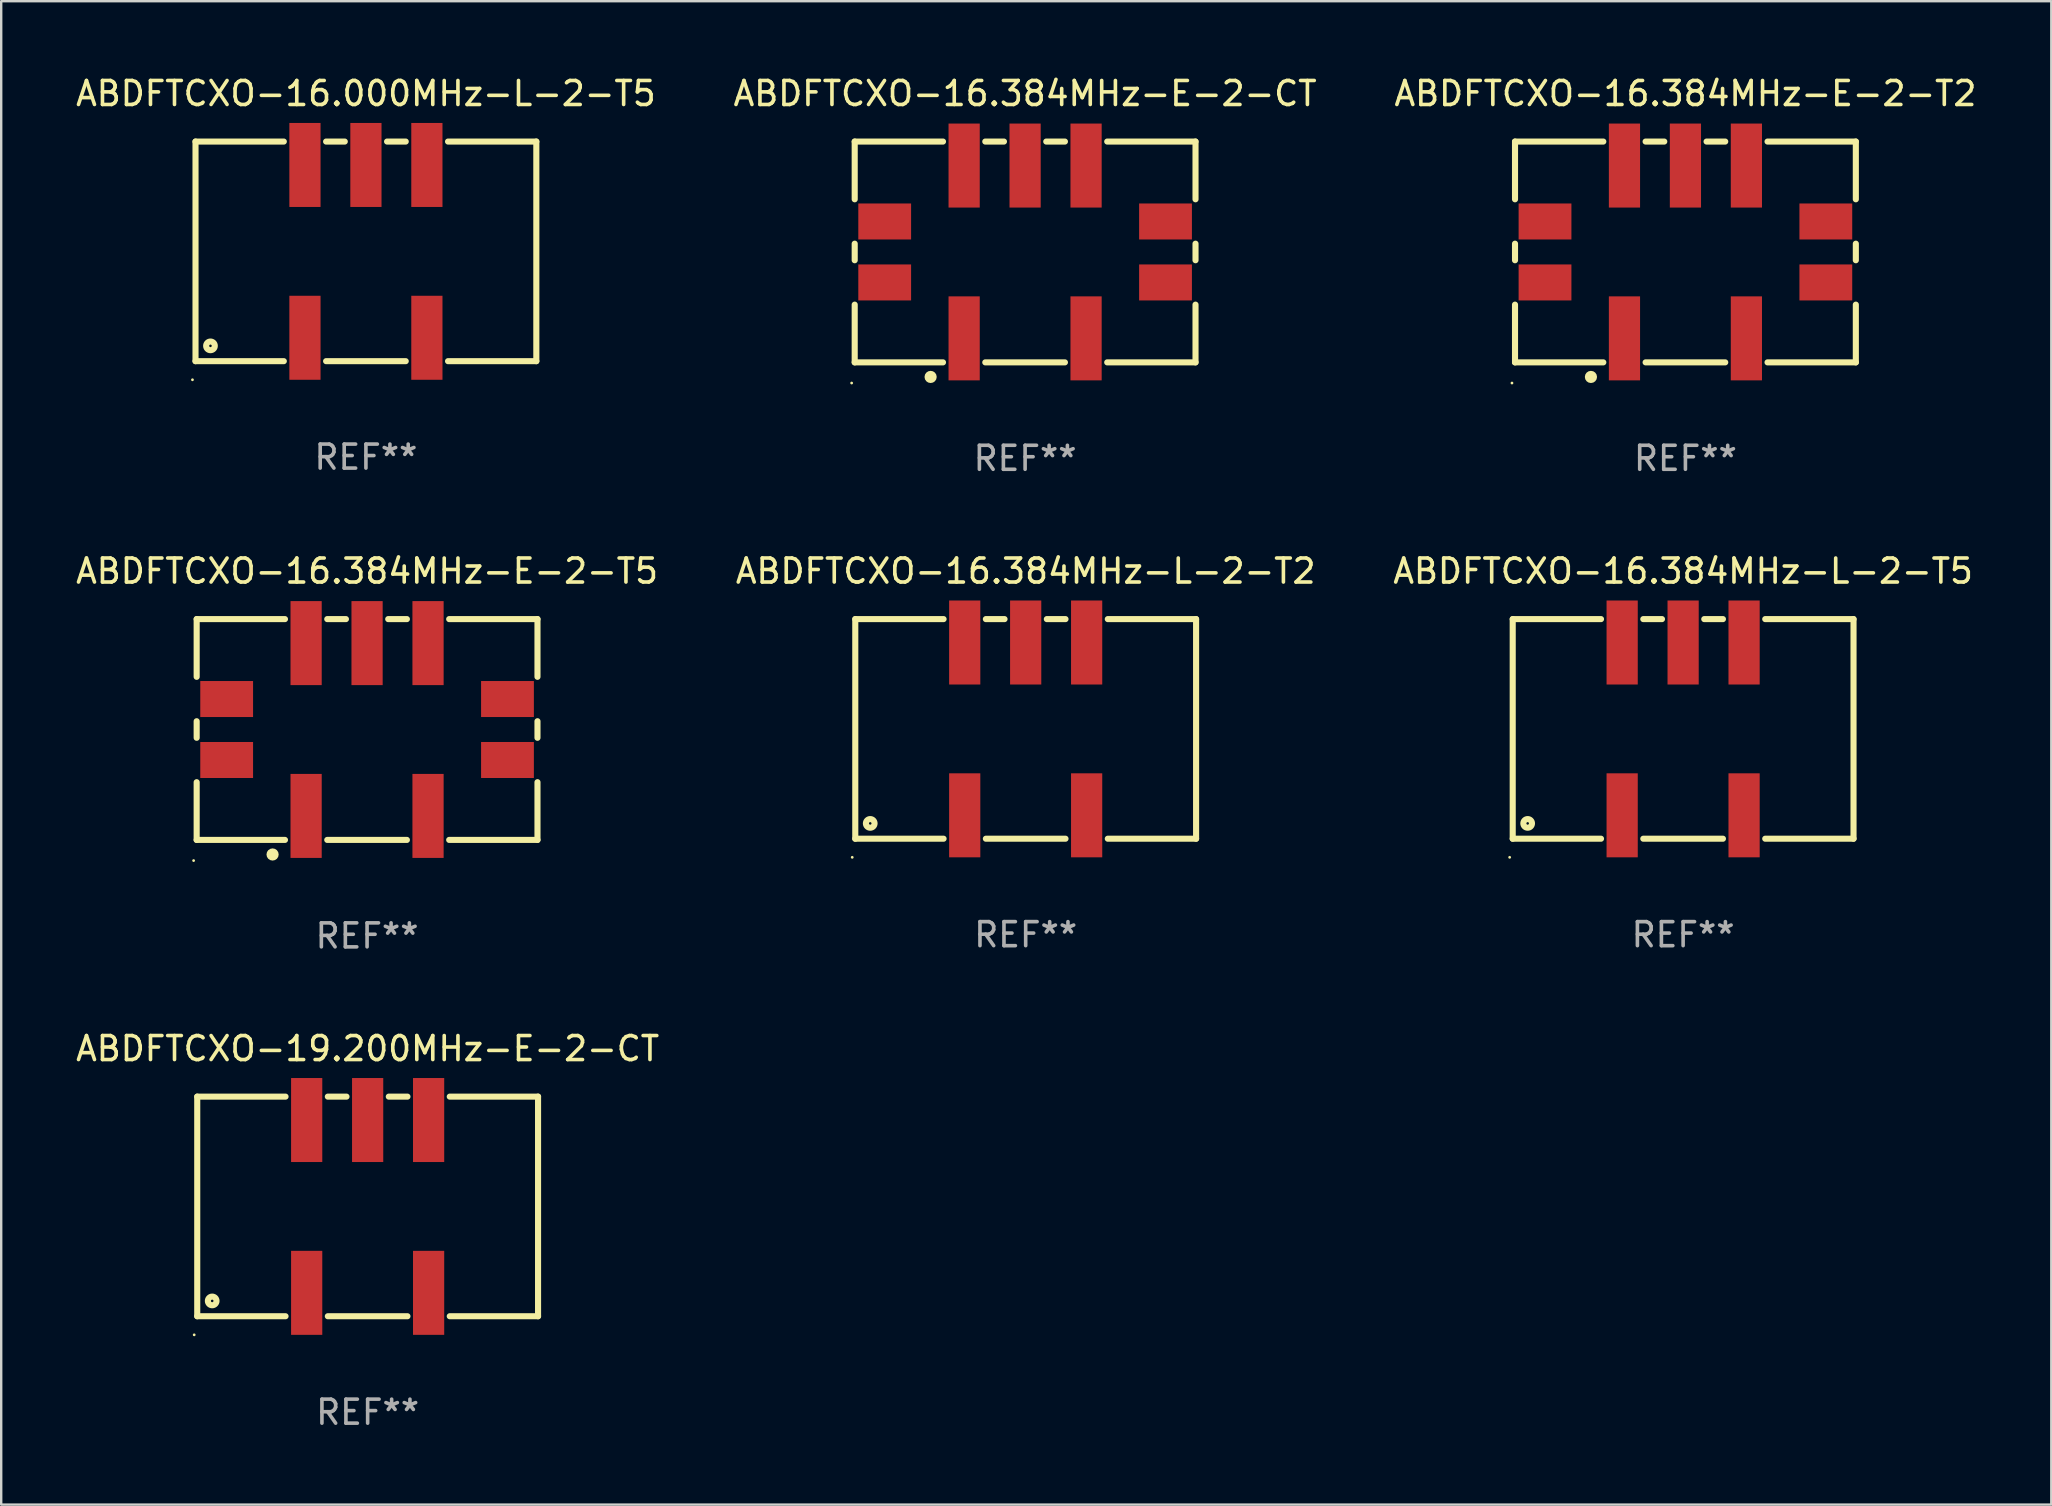
<source format=kicad_pcb>
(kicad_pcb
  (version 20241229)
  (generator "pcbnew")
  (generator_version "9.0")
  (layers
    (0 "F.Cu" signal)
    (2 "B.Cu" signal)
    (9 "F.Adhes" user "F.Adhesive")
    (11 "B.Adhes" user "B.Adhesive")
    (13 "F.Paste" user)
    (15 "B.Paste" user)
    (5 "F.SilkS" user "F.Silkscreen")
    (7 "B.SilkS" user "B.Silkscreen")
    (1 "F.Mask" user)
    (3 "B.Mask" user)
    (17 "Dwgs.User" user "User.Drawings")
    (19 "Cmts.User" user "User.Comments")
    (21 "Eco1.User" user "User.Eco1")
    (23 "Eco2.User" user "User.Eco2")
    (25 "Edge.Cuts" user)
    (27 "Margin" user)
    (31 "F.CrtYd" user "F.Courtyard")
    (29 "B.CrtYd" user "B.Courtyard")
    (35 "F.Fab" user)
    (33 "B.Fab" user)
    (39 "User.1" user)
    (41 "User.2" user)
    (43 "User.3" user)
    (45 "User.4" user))
  (footprint "ABDFTCXO-16.000MHz-L-2-T5"
    (layer "F.Cu")
    (at 12.196 7.423)
    (property "Reference" "ABDFTCXO-16.000MHz-L-2-T5" (at 0 -6.575 0) (layer "F.SilkS") (effects (font (size 1 1) (thickness 0.15))))
    (attr through_hole)
    (fp_line (start -7.1 -4.575) (end -7.1 4.575) (stroke (width 0.254) (type solid)) (layer "F.SilkS"))
    (fp_line (start -7.1 -4.575) (end -3.421 -4.575) (stroke (width 0.254) (type solid)) (layer "F.SilkS"))
    (fp_line (start -7.1 4.575) (end -3.421 4.575) (stroke (width 0.254) (type solid)) (layer "F.SilkS"))
    (fp_line (start -1.659 -4.575) (end -0.881 -4.575) (stroke (width 0.254) (type solid)) (layer "F.SilkS"))
    (fp_line (start -1.659 4.575) (end 1.659 4.575) (stroke (width 0.254) (type solid)) (layer "F.SilkS"))
    (fp_line (start 0.881 -4.575) (end 1.659 -4.575) (stroke (width 0.254) (type solid)) (layer "F.SilkS"))
    (fp_line (start 3.421 -4.575) (end 7.1 -4.575) (stroke (width 0.254) (type solid)) (layer "F.SilkS"))
    (fp_line (start 3.421 4.575) (end 7.1 4.575) (stroke (width 0.254) (type solid)) (layer "F.SilkS"))
    (fp_line (start 7.1 -4.575) (end 7.1 4.575) (stroke (width 0.254) (type solid)) (layer "F.SilkS"))
    (fp_circle (center -7.227 5.35) (end -7.197 5.35) (stroke (width 0.06) (type solid)) (fill no) (layer "F.SilkS"))
    (fp_circle (center -6.477 3.937) (end -6.297 3.937) (stroke (width 0.254) (type solid)) (fill no) (layer "F.SilkS"))
    (fp_text user "REF**" (at 0 8.575 0) (layer "F.Fab") (effects (font (size 1 1) (thickness 0.15))))
    (pad "1" smd rect (at -2.54 3.6) (size 1.3 3.5) (layers "F.Cu" "F.Mask" "F.Paste"))
    (pad "2" smd rect (at 2.54 3.6) (size 1.3 3.5) (layers "F.Cu" "F.Mask" "F.Paste"))
    (pad "3" smd rect (at 2.54 -3.6) (size 1.3 3.5) (layers "F.Cu" "F.Mask" "F.Paste"))
    (pad "4" smd rect (at 0 -3.6) (size 1.3 3.5) (layers "F.Cu" "F.Mask" "F.Paste"))
    (pad "5" smd rect (at -2.54 -3.6) (size 1.3 3.5) (layers "F.Cu" "F.Mask" "F.Paste")))
  (footprint "ABDFTCXO-16.384MHz-E-2-T2"
    (layer "F.Cu")
    (at 67.173 7.448)
    (property "Reference" "ABDFTCXO-16.384MHz-E-2-T2" (at 0 -6.6 0) (layer "F.SilkS") (effects (font (size 1 1) (thickness 0.15))))
    (attr through_hole)
    (fp_line (start -7.1 -4.6) (end -7.1 -2.195) (stroke (width 0.254) (type solid)) (layer "F.SilkS"))
    (fp_line (start -7.1 -4.6) (end -3.421 -4.6) (stroke (width 0.254) (type solid)) (layer "F.SilkS"))
    (fp_line (start -7.1 -0.345) (end -7.1 0.345) (stroke (width 0.254) (type solid)) (layer "F.SilkS"))
    (fp_line (start -7.1 2.195) (end -7.1 4.6) (stroke (width 0.254) (type solid)) (layer "F.SilkS"))
    (fp_line (start -7.1 4.6) (end -3.421 4.6) (stroke (width 0.254) (type solid)) (layer "F.SilkS"))
    (fp_line (start -1.659 -4.6) (end -0.881 -4.6) (stroke (width 0.254) (type solid)) (layer "F.SilkS"))
    (fp_line (start -1.659 4.6) (end 1.659 4.6) (stroke (width 0.254) (type solid)) (layer "F.SilkS"))
    (fp_line (start 0.881 -4.6) (end 1.659 -4.6) (stroke (width 0.254) (type solid)) (layer "F.SilkS"))
    (fp_line (start 3.421 -4.6) (end 7.1 -4.6) (stroke (width 0.254) (type solid)) (layer "F.SilkS"))
    (fp_line (start 3.421 4.6) (end 7.1 4.6) (stroke (width 0.254) (type solid)) (layer "F.SilkS"))
    (fp_line (start 7.1 -4.6) (end 7.1 -2.195) (stroke (width 0.254) (type solid)) (layer "F.SilkS"))
    (fp_line (start 7.1 -0.345) (end 7.1 0.345) (stroke (width 0.254) (type solid)) (layer "F.SilkS"))
    (fp_line (start 7.1 2.195) (end 7.1 4.6) (stroke (width 0.254) (type solid)) (layer "F.SilkS"))
    (fp_circle (center -7.227 5.461) (end -7.197 5.461) (stroke (width 0.06) (type solid)) (fill no) (layer "F.SilkS"))
    (fp_circle (center -3.937 5.207) (end -3.81 5.207) (stroke (width 0.254) (type solid)) (fill no) (layer "F.SilkS"))
    (fp_text user "REF**" (at 0 8.6 0) (layer "F.Fab") (effects (font (size 1 1) (thickness 0.15))))
    (pad "1" smd rect (at -2.54 3.6) (size 1.3 3.5) (layers "F.Cu" "F.Mask" "F.Paste"))
    (pad "2" smd rect (at 2.54 3.6) (size 1.3 3.5) (layers "F.Cu" "F.Mask" "F.Paste"))
    (pad "3" smd rect (at 2.54 -3.6) (size 1.3 3.5) (layers "F.Cu" "F.Mask" "F.Paste"))
    (pad "4" smd rect (at 0 -3.6) (size 1.3 3.5) (layers "F.Cu" "F.Mask" "F.Paste"))
    (pad "5" smd rect (at -2.54 -3.6) (size 1.3 3.5) (layers "F.Cu" "F.Mask" "F.Paste"))
    (pad "6" smd rect (at 5.85 1.27 90) (size 1.5 2.2) (layers "F.Cu" "F.Mask" "F.Paste"))
    (pad "7" smd rect (at 5.85 -1.27 90) (size 1.5 2.2) (layers "F.Cu" "F.Mask" "F.Paste"))
    (pad "8" smd rect (at -5.85 -1.27 90) (size 1.5 2.2) (layers "F.Cu" "F.Mask" "F.Paste"))
    (pad "9" smd rect (at -5.85 1.27 90) (size 1.5 2.2) (layers "F.Cu" "F.Mask" "F.Paste")))
  (footprint "ABDFTCXO-16.384MHz-E-2-CT"
    (layer "F.Cu")
    (at 39.661 7.448)
    (property "Reference" "ABDFTCXO-16.384MHz-E-2-CT" (at 0 -6.6 0) (layer "F.SilkS") (effects (font (size 1 1) (thickness 0.15))))
    (attr through_hole)
    (fp_line (start -7.1 -4.6) (end -7.1 -2.195) (stroke (width 0.254) (type solid)) (layer "F.SilkS"))
    (fp_line (start -7.1 -4.6) (end -3.421 -4.6) (stroke (width 0.254) (type solid)) (layer "F.SilkS"))
    (fp_line (start -7.1 -0.345) (end -7.1 0.345) (stroke (width 0.254) (type solid)) (layer "F.SilkS"))
    (fp_line (start -7.1 2.195) (end -7.1 4.6) (stroke (width 0.254) (type solid)) (layer "F.SilkS"))
    (fp_line (start -7.1 4.6) (end -3.421 4.6) (stroke (width 0.254) (type solid)) (layer "F.SilkS"))
    (fp_line (start -1.659 -4.6) (end -0.881 -4.6) (stroke (width 0.254) (type solid)) (layer "F.SilkS"))
    (fp_line (start -1.659 4.6) (end 1.659 4.6) (stroke (width 0.254) (type solid)) (layer "F.SilkS"))
    (fp_line (start 0.881 -4.6) (end 1.659 -4.6) (stroke (width 0.254) (type solid)) (layer "F.SilkS"))
    (fp_line (start 3.421 -4.6) (end 7.1 -4.6) (stroke (width 0.254) (type solid)) (layer "F.SilkS"))
    (fp_line (start 3.421 4.6) (end 7.1 4.6) (stroke (width 0.254) (type solid)) (layer "F.SilkS"))
    (fp_line (start 7.1 -4.6) (end 7.1 -2.195) (stroke (width 0.254) (type solid)) (layer "F.SilkS"))
    (fp_line (start 7.1 -0.345) (end 7.1 0.345) (stroke (width 0.254) (type solid)) (layer "F.SilkS"))
    (fp_line (start 7.1 2.195) (end 7.1 4.6) (stroke (width 0.254) (type solid)) (layer "F.SilkS"))
    (fp_circle (center -7.227 5.461) (end -7.197 5.461) (stroke (width 0.06) (type solid)) (fill no) (layer "F.SilkS"))
    (fp_circle (center -3.937 5.207) (end -3.81 5.207) (stroke (width 0.254) (type solid)) (fill no) (layer "F.SilkS"))
    (fp_text user "REF**" (at 0 8.6 0) (layer "F.Fab") (effects (font (size 1 1) (thickness 0.15))))
    (pad "1" smd rect (at -2.54 3.6) (size 1.3 3.5) (layers "F.Cu" "F.Mask" "F.Paste"))
    (pad "2" smd rect (at 2.54 3.6) (size 1.3 3.5) (layers "F.Cu" "F.Mask" "F.Paste"))
    (pad "3" smd rect (at 2.54 -3.6) (size 1.3 3.5) (layers "F.Cu" "F.Mask" "F.Paste"))
    (pad "4" smd rect (at 0 -3.6) (size 1.3 3.5) (layers "F.Cu" "F.Mask" "F.Paste"))
    (pad "5" smd rect (at -2.54 -3.6) (size 1.3 3.5) (layers "F.Cu" "F.Mask" "F.Paste"))
    (pad "6" smd rect (at 5.85 1.27 90) (size 1.5 2.2) (layers "F.Cu" "F.Mask" "F.Paste"))
    (pad "7" smd rect (at 5.85 -1.27 90) (size 1.5 2.2) (layers "F.Cu" "F.Mask" "F.Paste"))
    (pad "8" smd rect (at -5.85 -1.27 90) (size 1.5 2.2) (layers "F.Cu" "F.Mask" "F.Paste"))
    (pad "9" smd rect (at -5.85 1.27 90) (size 1.5 2.2) (layers "F.Cu" "F.Mask" "F.Paste")))
  (footprint "ABDFTCXO-19.200MHz-E-2-CT"
    (layer "F.Cu")
    (at 12.268 47.216)
    (property "Reference" "ABDFTCXO-19.200MHz-E-2-CT" (at 0 -6.575 0) (layer "F.SilkS") (effects (font (size 1 1) (thickness 0.15))))
    (attr through_hole)
    (fp_line (start -7.1 -4.575) (end -7.1 4.575) (stroke (width 0.254) (type solid)) (layer "F.SilkS"))
    (fp_line (start -7.1 -4.575) (end -3.421 -4.575) (stroke (width 0.254) (type solid)) (layer "F.SilkS"))
    (fp_line (start -7.1 4.575) (end -3.421 4.575) (stroke (width 0.254) (type solid)) (layer "F.SilkS"))
    (fp_line (start -1.659 -4.575) (end -0.881 -4.575) (stroke (width 0.254) (type solid)) (layer "F.SilkS"))
    (fp_line (start -1.659 4.575) (end 1.659 4.575) (stroke (width 0.254) (type solid)) (layer "F.SilkS"))
    (fp_line (start 0.881 -4.575) (end 1.659 -4.575) (stroke (width 0.254) (type solid)) (layer "F.SilkS"))
    (fp_line (start 3.421 -4.575) (end 7.1 -4.575) (stroke (width 0.254) (type solid)) (layer "F.SilkS"))
    (fp_line (start 3.421 4.575) (end 7.1 4.575) (stroke (width 0.254) (type solid)) (layer "F.SilkS"))
    (fp_line (start 7.1 -4.575) (end 7.1 4.575) (stroke (width 0.254) (type solid)) (layer "F.SilkS"))
    (fp_circle (center -7.227 5.35) (end -7.197 5.35) (stroke (width 0.06) (type solid)) (fill no) (layer "F.SilkS"))
    (fp_circle (center -6.477 3.937) (end -6.297 3.937) (stroke (width 0.254) (type solid)) (fill no) (layer "F.SilkS"))
    (fp_text user "REF**" (at 0 8.575 0) (layer "F.Fab") (effects (font (size 1 1) (thickness 0.15))))
    (pad "1" smd rect (at -2.54 3.6) (size 1.3 3.5) (layers "F.Cu" "F.Mask" "F.Paste"))
    (pad "2" smd rect (at 2.54 3.6) (size 1.3 3.5) (layers "F.Cu" "F.Mask" "F.Paste"))
    (pad "3" smd rect (at 2.54 -3.6) (size 1.3 3.5) (layers "F.Cu" "F.Mask" "F.Paste"))
    (pad "4" smd rect (at 0 -3.6) (size 1.3 3.5) (layers "F.Cu" "F.Mask" "F.Paste"))
    (pad "5" smd rect (at -2.54 -3.6) (size 1.3 3.5) (layers "F.Cu" "F.Mask" "F.Paste")))
  (footprint "ABDFTCXO-16.384MHz-E-2-T5"
    (layer "F.Cu")
    (at 12.244 27.345)
    (property "Reference" "ABDFTCXO-16.384MHz-E-2-T5" (at 0 -6.6 0) (layer "F.SilkS") (effects (font (size 1 1) (thickness 0.15))))
    (attr through_hole)
    (fp_line (start -7.1 -4.6) (end -7.1 -2.195) (stroke (width 0.254) (type solid)) (layer "F.SilkS"))
    (fp_line (start -7.1 -4.6) (end -3.421 -4.6) (stroke (width 0.254) (type solid)) (layer "F.SilkS"))
    (fp_line (start -7.1 -0.345) (end -7.1 0.345) (stroke (width 0.254) (type solid)) (layer "F.SilkS"))
    (fp_line (start -7.1 2.195) (end -7.1 4.6) (stroke (width 0.254) (type solid)) (layer "F.SilkS"))
    (fp_line (start -7.1 4.6) (end -3.421 4.6) (stroke (width 0.254) (type solid)) (layer "F.SilkS"))
    (fp_line (start -1.659 -4.6) (end -0.881 -4.6) (stroke (width 0.254) (type solid)) (layer "F.SilkS"))
    (fp_line (start -1.659 4.6) (end 1.659 4.6) (stroke (width 0.254) (type solid)) (layer "F.SilkS"))
    (fp_line (start 0.881 -4.6) (end 1.659 -4.6) (stroke (width 0.254) (type solid)) (layer "F.SilkS"))
    (fp_line (start 3.421 -4.6) (end 7.1 -4.6) (stroke (width 0.254) (type solid)) (layer "F.SilkS"))
    (fp_line (start 3.421 4.6) (end 7.1 4.6) (stroke (width 0.254) (type solid)) (layer "F.SilkS"))
    (fp_line (start 7.1 -4.6) (end 7.1 -2.195) (stroke (width 0.254) (type solid)) (layer "F.SilkS"))
    (fp_line (start 7.1 -0.345) (end 7.1 0.345) (stroke (width 0.254) (type solid)) (layer "F.SilkS"))
    (fp_line (start 7.1 2.195) (end 7.1 4.6) (stroke (width 0.254) (type solid)) (layer "F.SilkS"))
    (fp_circle (center -7.227 5.461) (end -7.197 5.461) (stroke (width 0.06) (type solid)) (fill no) (layer "F.SilkS"))
    (fp_circle (center -3.937 5.207) (end -3.81 5.207) (stroke (width 0.254) (type solid)) (fill no) (layer "F.SilkS"))
    (fp_text user "REF**" (at 0 8.6 0) (layer "F.Fab") (effects (font (size 1 1) (thickness 0.15))))
    (pad "1" smd rect (at -2.54 3.6) (size 1.3 3.5) (layers "F.Cu" "F.Mask" "F.Paste"))
    (pad "2" smd rect (at 2.54 3.6) (size 1.3 3.5) (layers "F.Cu" "F.Mask" "F.Paste"))
    (pad "3" smd rect (at 2.54 -3.6) (size 1.3 3.5) (layers "F.Cu" "F.Mask" "F.Paste"))
    (pad "4" smd rect (at 0 -3.6) (size 1.3 3.5) (layers "F.Cu" "F.Mask" "F.Paste"))
    (pad "5" smd rect (at -2.54 -3.6) (size 1.3 3.5) (layers "F.Cu" "F.Mask" "F.Paste"))
    (pad "6" smd rect (at 5.85 1.27 90) (size 1.5 2.2) (layers "F.Cu" "F.Mask" "F.Paste"))
    (pad "7" smd rect (at 5.85 -1.27 90) (size 1.5 2.2) (layers "F.Cu" "F.Mask" "F.Paste"))
    (pad "8" smd rect (at -5.85 -1.27 90) (size 1.5 2.2) (layers "F.Cu" "F.Mask" "F.Paste"))
    (pad "9" smd rect (at -5.85 1.27 90) (size 1.5 2.2) (layers "F.Cu" "F.Mask" "F.Paste")))
  (footprint "ABDFTCXO-16.384MHz-L-2-T2"
    (layer "F.Cu")
    (at 39.685 27.32)
    (property "Reference" "ABDFTCXO-16.384MHz-L-2-T2" (at 0 -6.575 0) (layer "F.SilkS") (effects (font (size 1 1) (thickness 0.15))))
    (attr through_hole)
    (fp_line (start -7.1 -4.575) (end -7.1 4.575) (stroke (width 0.254) (type solid)) (layer "F.SilkS"))
    (fp_line (start -7.1 -4.575) (end -3.421 -4.575) (stroke (width 0.254) (type solid)) (layer "F.SilkS"))
    (fp_line (start -7.1 4.575) (end -3.421 4.575) (stroke (width 0.254) (type solid)) (layer "F.SilkS"))
    (fp_line (start -1.659 -4.575) (end -0.881 -4.575) (stroke (width 0.254) (type solid)) (layer "F.SilkS"))
    (fp_line (start -1.659 4.575) (end 1.659 4.575) (stroke (width 0.254) (type solid)) (layer "F.SilkS"))
    (fp_line (start 0.881 -4.575) (end 1.659 -4.575) (stroke (width 0.254) (type solid)) (layer "F.SilkS"))
    (fp_line (start 3.421 -4.575) (end 7.1 -4.575) (stroke (width 0.254) (type solid)) (layer "F.SilkS"))
    (fp_line (start 3.421 4.575) (end 7.1 4.575) (stroke (width 0.254) (type solid)) (layer "F.SilkS"))
    (fp_line (start 7.1 -4.575) (end 7.1 4.575) (stroke (width 0.254) (type solid)) (layer "F.SilkS"))
    (fp_circle (center -7.227 5.35) (end -7.197 5.35) (stroke (width 0.06) (type solid)) (fill no) (layer "F.SilkS"))
    (fp_circle (center -6.477 3.937) (end -6.297 3.937) (stroke (width 0.254) (type solid)) (fill no) (layer "F.SilkS"))
    (fp_text user "REF**" (at 0 8.575 0) (layer "F.Fab") (effects (font (size 1 1) (thickness 0.15))))
    (pad "1" smd rect (at -2.54 3.6) (size 1.3 3.5) (layers "F.Cu" "F.Mask" "F.Paste"))
    (pad "2" smd rect (at 2.54 3.6) (size 1.3 3.5) (layers "F.Cu" "F.Mask" "F.Paste"))
    (pad "3" smd rect (at 2.54 -3.6) (size 1.3 3.5) (layers "F.Cu" "F.Mask" "F.Paste"))
    (pad "4" smd rect (at 0 -3.6) (size 1.3 3.5) (layers "F.Cu" "F.Mask" "F.Paste"))
    (pad "5" smd rect (at -2.54 -3.6) (size 1.3 3.5) (layers "F.Cu" "F.Mask" "F.Paste")))
  (footprint "ABDFTCXO-16.384MHz-L-2-T5"
    (layer "F.Cu")
    (at 67.077 27.32)
    (property "Reference" "ABDFTCXO-16.384MHz-L-2-T5" (at 0 -6.575 0) (layer "F.SilkS") (effects (font (size 1 1) (thickness 0.15))))
    (attr through_hole)
    (fp_line (start -7.1 -4.575) (end -7.1 4.575) (stroke (width 0.254) (type solid)) (layer "F.SilkS"))
    (fp_line (start -7.1 -4.575) (end -3.421 -4.575) (stroke (width 0.254) (type solid)) (layer "F.SilkS"))
    (fp_line (start -7.1 4.575) (end -3.421 4.575) (stroke (width 0.254) (type solid)) (layer "F.SilkS"))
    (fp_line (start -1.659 -4.575) (end -0.881 -4.575) (stroke (width 0.254) (type solid)) (layer "F.SilkS"))
    (fp_line (start -1.659 4.575) (end 1.659 4.575) (stroke (width 0.254) (type solid)) (layer "F.SilkS"))
    (fp_line (start 0.881 -4.575) (end 1.659 -4.575) (stroke (width 0.254) (type solid)) (layer "F.SilkS"))
    (fp_line (start 3.421 -4.575) (end 7.1 -4.575) (stroke (width 0.254) (type solid)) (layer "F.SilkS"))
    (fp_line (start 3.421 4.575) (end 7.1 4.575) (stroke (width 0.254) (type solid)) (layer "F.SilkS"))
    (fp_line (start 7.1 -4.575) (end 7.1 4.575) (stroke (width 0.254) (type solid)) (layer "F.SilkS"))
    (fp_circle (center -7.227 5.35) (end -7.197 5.35) (stroke (width 0.06) (type solid)) (fill no) (layer "F.SilkS"))
    (fp_circle (center -6.477 3.937) (end -6.297 3.937) (stroke (width 0.254) (type solid)) (fill no) (layer "F.SilkS"))
    (fp_text user "REF**" (at 0 8.575 0) (layer "F.Fab") (effects (font (size 1 1) (thickness 0.15))))
    (pad "1" smd rect (at -2.54 3.6) (size 1.3 3.5) (layers "F.Cu" "F.Mask" "F.Paste"))
    (pad "2" smd rect (at 2.54 3.6) (size 1.3 3.5) (layers "F.Cu" "F.Mask" "F.Paste"))
    (pad "3" smd rect (at 2.54 -3.6) (size 1.3 3.5) (layers "F.Cu" "F.Mask" "F.Paste"))
    (pad "4" smd rect (at 0 -3.6) (size 1.3 3.5) (layers "F.Cu" "F.Mask" "F.Paste"))
    (pad "5" smd rect (at -2.54 -3.6) (size 1.3 3.5) (layers "F.Cu" "F.Mask" "F.Paste")))
  (gr_rect
    (start -3 -3)
    (end 82.417 59.64)
    (stroke (width 0.1) (type default))
    (fill no)
    (layer "Edge.Cuts")))
</source>
